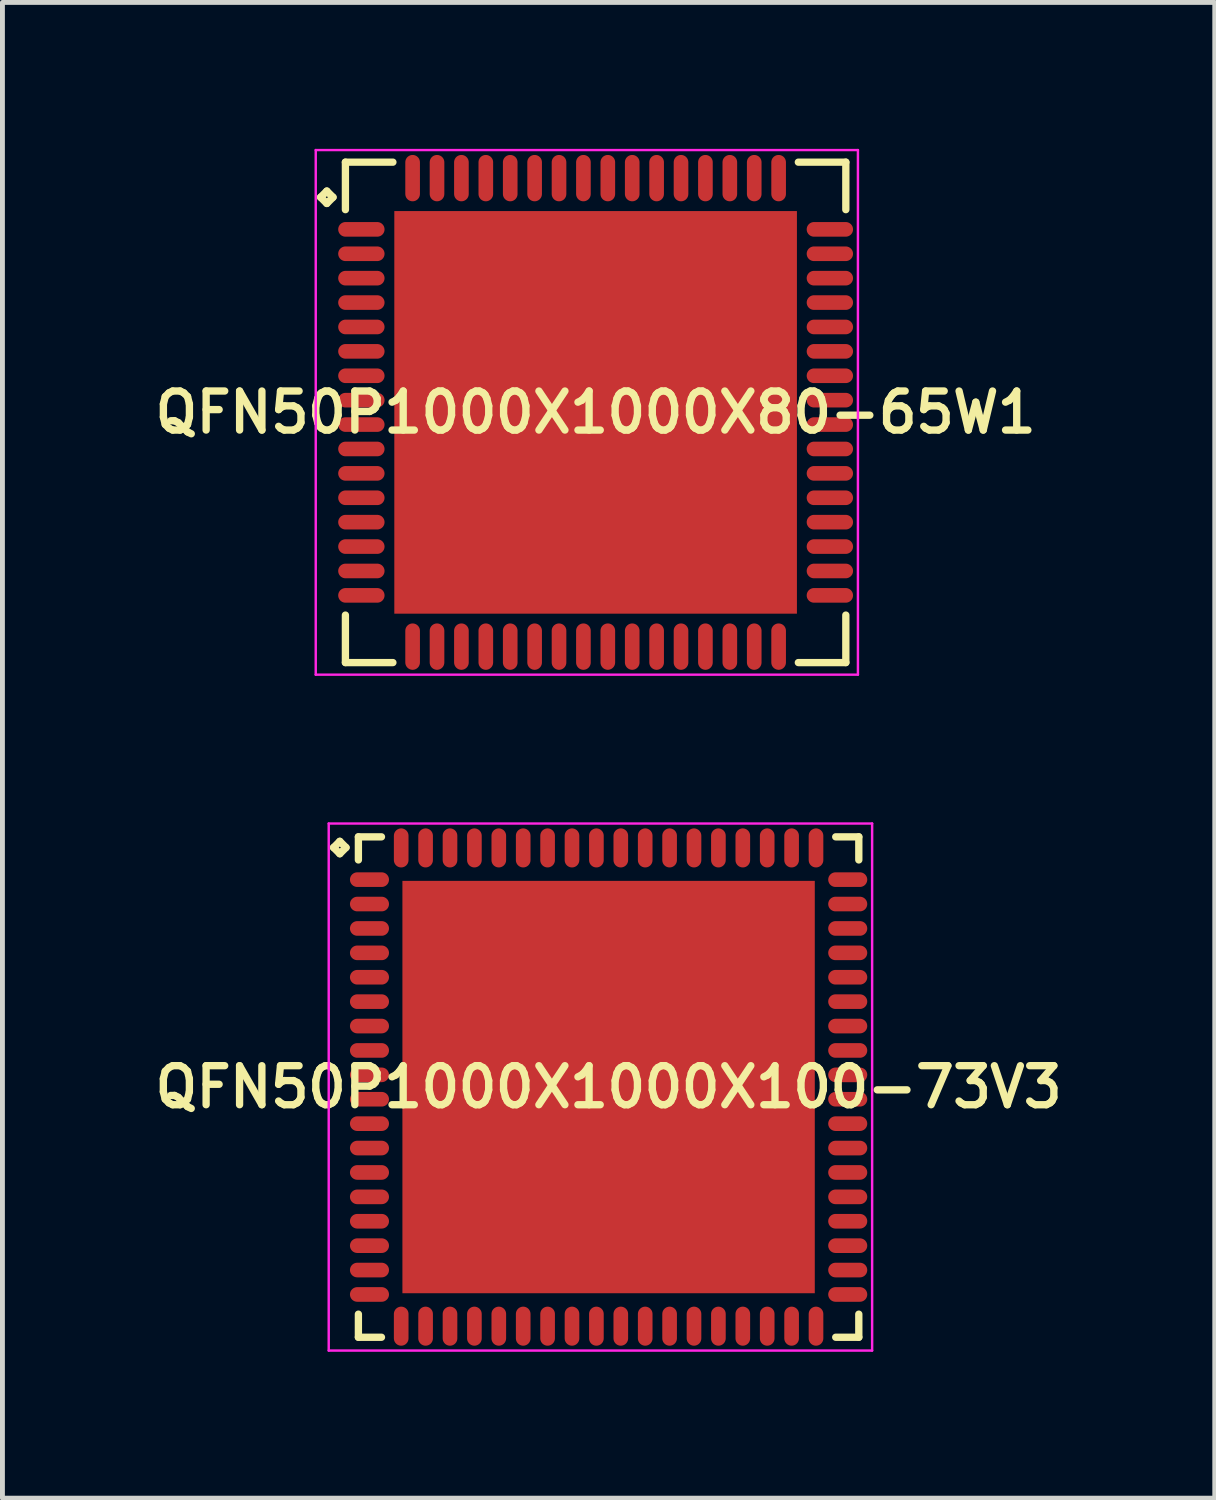
<source format=kicad_pcb>
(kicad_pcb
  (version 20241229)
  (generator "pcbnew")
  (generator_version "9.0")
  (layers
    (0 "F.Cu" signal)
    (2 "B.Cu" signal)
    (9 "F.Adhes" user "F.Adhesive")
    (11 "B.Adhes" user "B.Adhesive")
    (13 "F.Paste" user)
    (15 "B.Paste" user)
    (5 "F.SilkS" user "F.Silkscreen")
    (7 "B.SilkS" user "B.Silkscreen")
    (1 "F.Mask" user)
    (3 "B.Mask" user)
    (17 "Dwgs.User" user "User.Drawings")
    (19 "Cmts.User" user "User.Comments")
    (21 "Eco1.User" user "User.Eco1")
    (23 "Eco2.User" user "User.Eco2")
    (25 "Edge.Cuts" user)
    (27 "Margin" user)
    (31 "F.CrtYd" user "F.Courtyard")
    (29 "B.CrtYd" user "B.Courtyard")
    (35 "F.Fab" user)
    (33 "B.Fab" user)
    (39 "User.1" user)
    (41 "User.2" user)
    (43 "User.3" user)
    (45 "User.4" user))
  (footprint "QFN50P1000X1000X80-65W1"
    (layer "F.Cu")
    (at 9.155 5.4)
    (property "Reference" "QFN50P1000X1000X80-65W1" (at 0 0 0) (layer "F.SilkS") (effects (font (size 0.8 0.8) (thickness 0.15))))
    (attr smd)
    (fp_line (start -5.635 -4.408) (end -5.508 -4.535) (stroke (width 0.15) (type solid)) (layer "F.SilkS"))
    (fp_line (start -5.508 -4.535) (end -5.381 -4.408) (stroke (width 0.15) (type solid)) (layer "F.SilkS"))
    (fp_line (start -5.508 -4.281) (end -5.635 -4.408) (stroke (width 0.15) (type solid)) (layer "F.SilkS"))
    (fp_line (start -5.381 -4.408) (end -5.508 -4.281) (stroke (width 0.15) (type solid)) (layer "F.SilkS"))
    (fp_line (start -5.127 -5.127) (end -4.154 -5.127) (stroke (width 0.15) (type solid)) (layer "F.SilkS"))
    (fp_line (start -5.127 -4.154) (end -5.127 -5.127) (stroke (width 0.15) (type solid)) (layer "F.SilkS"))
    (fp_line (start -5.127 4.154) (end -5.127 5.127) (stroke (width 0.15) (type solid)) (layer "F.SilkS"))
    (fp_line (start -5.127 5.127) (end -4.154 5.127) (stroke (width 0.15) (type solid)) (layer "F.SilkS"))
    (fp_line (start 4.154 -5.127) (end 5.127 -5.127) (stroke (width 0.15) (type solid)) (layer "F.SilkS"))
    (fp_line (start 4.154 5.127) (end 5.127 5.127) (stroke (width 0.15) (type solid)) (layer "F.SilkS"))
    (fp_line (start 5.127 -5.127) (end 5.127 -4.154) (stroke (width 0.15) (type solid)) (layer "F.SilkS"))
    (fp_line (start 5.127 5.127) (end 5.127 4.154) (stroke (width 0.15) (type solid)) (layer "F.SilkS"))
    (fp_line (start -5.735 -5.375) (end 5.375 -5.375) (stroke (width 0.05) (type solid)) (layer "F.CrtYd"))
    (fp_line (start -5.735 5.375) (end -5.735 -5.375) (stroke (width 0.05) (type solid)) (layer "F.CrtYd"))
    (fp_line (start 5.375 -5.375) (end 5.375 5.375) (stroke (width 0.05) (type solid)) (layer "F.CrtYd"))
    (fp_line (start 5.375 5.375) (end -5.735 5.375) (stroke (width 0.05) (type solid)) (layer "F.CrtYd"))
    (pad "1" smd oval (at -4.8 -3.75) (size 0.95 0.3) (layers "F.Cu" "F.Mask" "F.Paste"))
    (pad "2" smd oval (at -4.8 -3.25) (size 0.95 0.3) (layers "F.Cu" "F.Mask" "F.Paste"))
    (pad "3" smd oval (at -4.8 -2.75) (size 0.95 0.3) (layers "F.Cu" "F.Mask" "F.Paste"))
    (pad "4" smd oval (at -4.8 -2.25) (size 0.95 0.3) (layers "F.Cu" "F.Mask" "F.Paste"))
    (pad "5" smd oval (at -4.8 -1.75) (size 0.95 0.3) (layers "F.Cu" "F.Mask" "F.Paste"))
    (pad "6" smd oval (at -4.8 -1.25) (size 0.95 0.3) (layers "F.Cu" "F.Mask" "F.Paste"))
    (pad "7" smd oval (at -4.8 -0.75) (size 0.95 0.3) (layers "F.Cu" "F.Mask" "F.Paste"))
    (pad "8" smd oval (at -4.8 -0.25) (size 0.95 0.3) (layers "F.Cu" "F.Mask" "F.Paste"))
    (pad "9" smd oval (at -4.8 0.25) (size 0.95 0.3) (layers "F.Cu" "F.Mask" "F.Paste"))
    (pad "10" smd oval (at -4.8 0.75) (size 0.95 0.3) (layers "F.Cu" "F.Mask" "F.Paste"))
    (pad "11" smd oval (at -4.8 1.25) (size 0.95 0.3) (layers "F.Cu" "F.Mask" "F.Paste"))
    (pad "12" smd oval (at -4.8 1.75) (size 0.95 0.3) (layers "F.Cu" "F.Mask" "F.Paste"))
    (pad "13" smd oval (at -4.8 2.25) (size 0.95 0.3) (layers "F.Cu" "F.Mask" "F.Paste"))
    (pad "14" smd oval (at -4.8 2.75) (size 0.95 0.3) (layers "F.Cu" "F.Mask" "F.Paste"))
    (pad "15" smd oval (at -4.8 3.25) (size 0.95 0.3) (layers "F.Cu" "F.Mask" "F.Paste"))
    (pad "16" smd oval (at -4.8 3.75) (size 0.95 0.3) (layers "F.Cu" "F.Mask" "F.Paste"))
    (pad "17" smd oval (at -3.75 4.8) (size 0.3 0.95) (layers "F.Cu" "F.Mask" "F.Paste"))
    (pad "18" smd oval (at -3.25 4.8) (size 0.3 0.95) (layers "F.Cu" "F.Mask" "F.Paste"))
    (pad "19" smd oval (at -2.75 4.8) (size 0.3 0.95) (layers "F.Cu" "F.Mask" "F.Paste"))
    (pad "20" smd oval (at -2.25 4.8) (size 0.3 0.95) (layers "F.Cu" "F.Mask" "F.Paste"))
    (pad "21" smd oval (at -1.75 4.8) (size 0.3 0.95) (layers "F.Cu" "F.Mask" "F.Paste"))
    (pad "22" smd oval (at -1.25 4.8) (size 0.3 0.95) (layers "F.Cu" "F.Mask" "F.Paste"))
    (pad "23" smd oval (at -0.75 4.8) (size 0.3 0.95) (layers "F.Cu" "F.Mask" "F.Paste"))
    (pad "24" smd oval (at -0.25 4.8) (size 0.3 0.95) (layers "F.Cu" "F.Mask" "F.Paste"))
    (pad "25" smd oval (at 0.25 4.8) (size 0.3 0.95) (layers "F.Cu" "F.Mask" "F.Paste"))
    (pad "26" smd oval (at 0.75 4.8) (size 0.3 0.95) (layers "F.Cu" "F.Mask" "F.Paste"))
    (pad "27" smd oval (at 1.25 4.8) (size 0.3 0.95) (layers "F.Cu" "F.Mask" "F.Paste"))
    (pad "28" smd oval (at 1.75 4.8) (size 0.3 0.95) (layers "F.Cu" "F.Mask" "F.Paste"))
    (pad "29" smd oval (at 2.25 4.8) (size 0.3 0.95) (layers "F.Cu" "F.Mask" "F.Paste"))
    (pad "30" smd oval (at 2.75 4.8) (size 0.3 0.95) (layers "F.Cu" "F.Mask" "F.Paste"))
    (pad "31" smd oval (at 3.25 4.8) (size 0.3 0.95) (layers "F.Cu" "F.Mask" "F.Paste"))
    (pad "32" smd oval (at 3.75 4.8) (size 0.3 0.95) (layers "F.Cu" "F.Mask" "F.Paste"))
    (pad "33" smd oval (at 4.8 3.75) (size 0.95 0.3) (layers "F.Cu" "F.Mask" "F.Paste"))
    (pad "34" smd oval (at 4.8 3.25) (size 0.95 0.3) (layers "F.Cu" "F.Mask" "F.Paste"))
    (pad "35" smd oval (at 4.8 2.75) (size 0.95 0.3) (layers "F.Cu" "F.Mask" "F.Paste"))
    (pad "36" smd oval (at 4.8 2.25) (size 0.95 0.3) (layers "F.Cu" "F.Mask" "F.Paste"))
    (pad "37" smd oval (at 4.8 1.75) (size 0.95 0.3) (layers "F.Cu" "F.Mask" "F.Paste"))
    (pad "38" smd oval (at 4.8 1.25) (size 0.95 0.3) (layers "F.Cu" "F.Mask" "F.Paste"))
    (pad "39" smd oval (at 4.8 0.75) (size 0.95 0.3) (layers "F.Cu" "F.Mask" "F.Paste"))
    (pad "40" smd oval (at 4.8 0.25) (size 0.95 0.3) (layers "F.Cu" "F.Mask" "F.Paste"))
    (pad "41" smd oval (at 4.8 -0.25) (size 0.95 0.3) (layers "F.Cu" "F.Mask" "F.Paste"))
    (pad "42" smd oval (at 4.8 -0.75) (size 0.95 0.3) (layers "F.Cu" "F.Mask" "F.Paste"))
    (pad "43" smd oval (at 4.8 -1.25) (size 0.95 0.3) (layers "F.Cu" "F.Mask" "F.Paste"))
    (pad "44" smd oval (at 4.8 -1.75) (size 0.95 0.3) (layers "F.Cu" "F.Mask" "F.Paste"))
    (pad "45" smd oval (at 4.8 -2.25) (size 0.95 0.3) (layers "F.Cu" "F.Mask" "F.Paste"))
    (pad "46" smd oval (at 4.8 -2.75) (size 0.95 0.3) (layers "F.Cu" "F.Mask" "F.Paste"))
    (pad "47" smd oval (at 4.8 -3.25) (size 0.95 0.3) (layers "F.Cu" "F.Mask" "F.Paste"))
    (pad "48" smd oval (at 4.8 -3.75) (size 0.95 0.3) (layers "F.Cu" "F.Mask" "F.Paste"))
    (pad "49" smd oval (at 3.75 -4.8) (size 0.3 0.95) (layers "F.Cu" "F.Mask" "F.Paste"))
    (pad "50" smd oval (at 3.25 -4.8) (size 0.3 0.95) (layers "F.Cu" "F.Mask" "F.Paste"))
    (pad "51" smd oval (at 2.75 -4.8) (size 0.3 0.95) (layers "F.Cu" "F.Mask" "F.Paste"))
    (pad "52" smd oval (at 2.25 -4.8) (size 0.3 0.95) (layers "F.Cu" "F.Mask" "F.Paste"))
    (pad "53" smd oval (at 1.75 -4.8) (size 0.3 0.95) (layers "F.Cu" "F.Mask" "F.Paste"))
    (pad "54" smd oval (at 1.25 -4.8) (size 0.3 0.95) (layers "F.Cu" "F.Mask" "F.Paste"))
    (pad "55" smd oval (at 0.75 -4.8) (size 0.3 0.95) (layers "F.Cu" "F.Mask" "F.Paste"))
    (pad "56" smd oval (at 0.25 -4.8) (size 0.3 0.95) (layers "F.Cu" "F.Mask" "F.Paste"))
    (pad "57" smd oval (at -0.25 -4.8) (size 0.3 0.95) (layers "F.Cu" "F.Mask" "F.Paste"))
    (pad "58" smd oval (at -0.75 -4.8) (size 0.3 0.95) (layers "F.Cu" "F.Mask" "F.Paste"))
    (pad "59" smd oval (at -1.25 -4.8) (size 0.3 0.95) (layers "F.Cu" "F.Mask" "F.Paste"))
    (pad "60" smd oval (at -1.75 -4.8) (size 0.3 0.95) (layers "F.Cu" "F.Mask" "F.Paste"))
    (pad "61" smd oval (at -2.25 -4.8) (size 0.3 0.95) (layers "F.Cu" "F.Mask" "F.Paste"))
    (pad "62" smd oval (at -2.75 -4.8) (size 0.3 0.95) (layers "F.Cu" "F.Mask" "F.Paste"))
    (pad "63" smd oval (at -3.25 -4.8) (size 0.3 0.95) (layers "F.Cu" "F.Mask" "F.Paste"))
    (pad "64" smd oval (at -3.75 -4.8) (size 0.3 0.95) (layers "F.Cu" "F.Mask" "F.Paste"))
    (pad "65" smd rect (at 0 0) (size 8.25 8.25) (layers "F.Cu" "F.Mask" "F.Paste")))
  (footprint "QFN50P1000X1000X100-73V3"
    (layer "F.Cu")
    (at 9.421 19.225)
    (property "Reference" "QFN50P1000X1000X100-73V3" (at 0 0 0) (layer "F.SilkS") (effects (font (size 0.8 0.8) (thickness 0.15))))
    (attr smd)
    (fp_line (start -5.635 -4.908) (end -5.508 -5.035) (stroke (width 0.15) (type solid)) (layer "F.SilkS"))
    (fp_line (start -5.508 -5.035) (end -5.381 -4.908) (stroke (width 0.15) (type solid)) (layer "F.SilkS"))
    (fp_line (start -5.508 -4.781) (end -5.635 -4.908) (stroke (width 0.15) (type solid)) (layer "F.SilkS"))
    (fp_line (start -5.381 -4.908) (end -5.508 -4.781) (stroke (width 0.15) (type solid)) (layer "F.SilkS"))
    (fp_line (start -5.127 -5.127) (end -4.654 -5.127) (stroke (width 0.15) (type solid)) (layer "F.SilkS"))
    (fp_line (start -5.127 -4.654) (end -5.127 -5.127) (stroke (width 0.15) (type solid)) (layer "F.SilkS"))
    (fp_line (start -5.127 4.654) (end -5.127 5.127) (stroke (width 0.15) (type solid)) (layer "F.SilkS"))
    (fp_line (start -5.127 5.127) (end -4.654 5.127) (stroke (width 0.15) (type solid)) (layer "F.SilkS"))
    (fp_line (start 4.654 -5.127) (end 5.127 -5.127) (stroke (width 0.15) (type solid)) (layer "F.SilkS"))
    (fp_line (start 4.654 5.127) (end 5.127 5.127) (stroke (width 0.15) (type solid)) (layer "F.SilkS"))
    (fp_line (start 5.127 -5.127) (end 5.127 -4.654) (stroke (width 0.15) (type solid)) (layer "F.SilkS"))
    (fp_line (start 5.127 5.127) (end 5.127 4.654) (stroke (width 0.15) (type solid)) (layer "F.SilkS"))
    (fp_line (start -5.735 -5.4) (end 5.4 -5.4) (stroke (width 0.05) (type solid)) (layer "F.CrtYd"))
    (fp_line (start -5.735 5.4) (end -5.735 -5.4) (stroke (width 0.05) (type solid)) (layer "F.CrtYd"))
    (fp_line (start 5.4 -5.4) (end 5.4 5.4) (stroke (width 0.05) (type solid)) (layer "F.CrtYd"))
    (fp_line (start 5.4 5.4) (end -5.735 5.4) (stroke (width 0.05) (type solid)) (layer "F.CrtYd"))
    (pad "1" smd oval (at -4.9 -4.25) (size 0.8 0.3) (layers "F.Cu" "F.Mask" "F.Paste"))
    (pad "2" smd oval (at -4.9 -3.75) (size 0.8 0.3) (layers "F.Cu" "F.Mask" "F.Paste"))
    (pad "3" smd oval (at -4.9 -3.25) (size 0.8 0.3) (layers "F.Cu" "F.Mask" "F.Paste"))
    (pad "4" smd oval (at -4.9 -2.75) (size 0.8 0.3) (layers "F.Cu" "F.Mask" "F.Paste"))
    (pad "5" smd oval (at -4.9 -2.25) (size 0.8 0.3) (layers "F.Cu" "F.Mask" "F.Paste"))
    (pad "6" smd oval (at -4.9 -1.75) (size 0.8 0.3) (layers "F.Cu" "F.Mask" "F.Paste"))
    (pad "7" smd oval (at -4.9 -1.25) (size 0.8 0.3) (layers "F.Cu" "F.Mask" "F.Paste"))
    (pad "8" smd oval (at -4.9 -0.75) (size 0.8 0.3) (layers "F.Cu" "F.Mask" "F.Paste"))
    (pad "9" smd oval (at -4.9 -0.25) (size 0.8 0.3) (layers "F.Cu" "F.Mask" "F.Paste"))
    (pad "10" smd oval (at -4.9 0.25) (size 0.8 0.3) (layers "F.Cu" "F.Mask" "F.Paste"))
    (pad "11" smd oval (at -4.9 0.75) (size 0.8 0.3) (layers "F.Cu" "F.Mask" "F.Paste"))
    (pad "12" smd oval (at -4.9 1.25) (size 0.8 0.3) (layers "F.Cu" "F.Mask" "F.Paste"))
    (pad "13" smd oval (at -4.9 1.75) (size 0.8 0.3) (layers "F.Cu" "F.Mask" "F.Paste"))
    (pad "14" smd oval (at -4.9 2.25) (size 0.8 0.3) (layers "F.Cu" "F.Mask" "F.Paste"))
    (pad "15" smd oval (at -4.9 2.75) (size 0.8 0.3) (layers "F.Cu" "F.Mask" "F.Paste"))
    (pad "16" smd oval (at -4.9 3.25) (size 0.8 0.3) (layers "F.Cu" "F.Mask" "F.Paste"))
    (pad "17" smd oval (at -4.9 3.75) (size 0.8 0.3) (layers "F.Cu" "F.Mask" "F.Paste"))
    (pad "18" smd oval (at -4.9 4.25) (size 0.8 0.3) (layers "F.Cu" "F.Mask" "F.Paste"))
    (pad "19" smd oval (at -4.25 4.9) (size 0.3 0.8) (layers "F.Cu" "F.Mask" "F.Paste"))
    (pad "20" smd oval (at -3.75 4.9) (size 0.3 0.8) (layers "F.Cu" "F.Mask" "F.Paste"))
    (pad "21" smd oval (at -3.25 4.9) (size 0.3 0.8) (layers "F.Cu" "F.Mask" "F.Paste"))
    (pad "22" smd oval (at -2.75 4.9) (size 0.3 0.8) (layers "F.Cu" "F.Mask" "F.Paste"))
    (pad "23" smd oval (at -2.25 4.9) (size 0.3 0.8) (layers "F.Cu" "F.Mask" "F.Paste"))
    (pad "24" smd oval (at -1.75 4.9) (size 0.3 0.8) (layers "F.Cu" "F.Mask" "F.Paste"))
    (pad "25" smd oval (at -1.25 4.9) (size 0.3 0.8) (layers "F.Cu" "F.Mask" "F.Paste"))
    (pad "26" smd oval (at -0.75 4.9) (size 0.3 0.8) (layers "F.Cu" "F.Mask" "F.Paste"))
    (pad "27" smd oval (at -0.25 4.9) (size 0.3 0.8) (layers "F.Cu" "F.Mask" "F.Paste"))
    (pad "28" smd oval (at 0.25 4.9) (size 0.3 0.8) (layers "F.Cu" "F.Mask" "F.Paste"))
    (pad "29" smd oval (at 0.75 4.9) (size 0.3 0.8) (layers "F.Cu" "F.Mask" "F.Paste"))
    (pad "30" smd oval (at 1.25 4.9) (size 0.3 0.8) (layers "F.Cu" "F.Mask" "F.Paste"))
    (pad "31" smd oval (at 1.75 4.9) (size 0.3 0.8) (layers "F.Cu" "F.Mask" "F.Paste"))
    (pad "32" smd oval (at 2.25 4.9) (size 0.3 0.8) (layers "F.Cu" "F.Mask" "F.Paste"))
    (pad "33" smd oval (at 2.75 4.9) (size 0.3 0.8) (layers "F.Cu" "F.Mask" "F.Paste"))
    (pad "34" smd oval (at 3.25 4.9) (size 0.3 0.8) (layers "F.Cu" "F.Mask" "F.Paste"))
    (pad "35" smd oval (at 3.75 4.9) (size 0.3 0.8) (layers "F.Cu" "F.Mask" "F.Paste"))
    (pad "36" smd oval (at 4.25 4.9) (size 0.3 0.8) (layers "F.Cu" "F.Mask" "F.Paste"))
    (pad "37" smd oval (at 4.9 4.25) (size 0.8 0.3) (layers "F.Cu" "F.Mask" "F.Paste"))
    (pad "38" smd oval (at 4.9 3.75) (size 0.8 0.3) (layers "F.Cu" "F.Mask" "F.Paste"))
    (pad "39" smd oval (at 4.9 3.25) (size 0.8 0.3) (layers "F.Cu" "F.Mask" "F.Paste"))
    (pad "40" smd oval (at 4.9 2.75) (size 0.8 0.3) (layers "F.Cu" "F.Mask" "F.Paste"))
    (pad "41" smd oval (at 4.9 2.25) (size 0.8 0.3) (layers "F.Cu" "F.Mask" "F.Paste"))
    (pad "42" smd oval (at 4.9 1.75) (size 0.8 0.3) (layers "F.Cu" "F.Mask" "F.Paste"))
    (pad "43" smd oval (at 4.9 1.25) (size 0.8 0.3) (layers "F.Cu" "F.Mask" "F.Paste"))
    (pad "44" smd oval (at 4.9 0.75) (size 0.8 0.3) (layers "F.Cu" "F.Mask" "F.Paste"))
    (pad "45" smd oval (at 4.9 0.25) (size 0.8 0.3) (layers "F.Cu" "F.Mask" "F.Paste"))
    (pad "46" smd oval (at 4.9 -0.25) (size 0.8 0.3) (layers "F.Cu" "F.Mask" "F.Paste"))
    (pad "47" smd oval (at 4.9 -0.75) (size 0.8 0.3) (layers "F.Cu" "F.Mask" "F.Paste"))
    (pad "48" smd oval (at 4.9 -1.25) (size 0.8 0.3) (layers "F.Cu" "F.Mask" "F.Paste"))
    (pad "49" smd oval (at 4.9 -1.75) (size 0.8 0.3) (layers "F.Cu" "F.Mask" "F.Paste"))
    (pad "50" smd oval (at 4.9 -2.25) (size 0.8 0.3) (layers "F.Cu" "F.Mask" "F.Paste"))
    (pad "51" smd oval (at 4.9 -2.75) (size 0.8 0.3) (layers "F.Cu" "F.Mask" "F.Paste"))
    (pad "52" smd oval (at 4.9 -3.25) (size 0.8 0.3) (layers "F.Cu" "F.Mask" "F.Paste"))
    (pad "53" smd oval (at 4.9 -3.75) (size 0.8 0.3) (layers "F.Cu" "F.Mask" "F.Paste"))
    (pad "54" smd oval (at 4.9 -4.25) (size 0.8 0.3) (layers "F.Cu" "F.Mask" "F.Paste"))
    (pad "55" smd oval (at 4.25 -4.9) (size 0.3 0.8) (layers "F.Cu" "F.Mask" "F.Paste"))
    (pad "56" smd oval (at 3.75 -4.9) (size 0.3 0.8) (layers "F.Cu" "F.Mask" "F.Paste"))
    (pad "57" smd oval (at 3.25 -4.9) (size 0.3 0.8) (layers "F.Cu" "F.Mask" "F.Paste"))
    (pad "58" smd oval (at 2.75 -4.9) (size 0.3 0.8) (layers "F.Cu" "F.Mask" "F.Paste"))
    (pad "59" smd oval (at 2.25 -4.9) (size 0.3 0.8) (layers "F.Cu" "F.Mask" "F.Paste"))
    (pad "60" smd oval (at 1.75 -4.9) (size 0.3 0.8) (layers "F.Cu" "F.Mask" "F.Paste"))
    (pad "61" smd oval (at 1.25 -4.9) (size 0.3 0.8) (layers "F.Cu" "F.Mask" "F.Paste"))
    (pad "62" smd oval (at 0.75 -4.9) (size 0.3 0.8) (layers "F.Cu" "F.Mask" "F.Paste"))
    (pad "63" smd oval (at 0.25 -4.9) (size 0.3 0.8) (layers "F.Cu" "F.Mask" "F.Paste"))
    (pad "64" smd oval (at -0.25 -4.9) (size 0.3 0.8) (layers "F.Cu" "F.Mask" "F.Paste"))
    (pad "65" smd oval (at -0.75 -4.9) (size 0.3 0.8) (layers "F.Cu" "F.Mask" "F.Paste"))
    (pad "66" smd oval (at -1.25 -4.9) (size 0.3 0.8) (layers "F.Cu" "F.Mask" "F.Paste"))
    (pad "67" smd oval (at -1.75 -4.9) (size 0.3 0.8) (layers "F.Cu" "F.Mask" "F.Paste"))
    (pad "68" smd oval (at -2.25 -4.9) (size 0.3 0.8) (layers "F.Cu" "F.Mask" "F.Paste"))
    (pad "69" smd oval (at -2.75 -4.9) (size 0.3 0.8) (layers "F.Cu" "F.Mask" "F.Paste"))
    (pad "70" smd oval (at -3.25 -4.9) (size 0.3 0.8) (layers "F.Cu" "F.Mask" "F.Paste"))
    (pad "71" smd oval (at -3.75 -4.9) (size 0.3 0.8) (layers "F.Cu" "F.Mask" "F.Paste"))
    (pad "72" smd oval (at -4.25 -4.9) (size 0.3 0.8) (layers "F.Cu" "F.Mask" "F.Paste"))
    (pad "73" smd rect (at 0 0) (size 8.45 8.45) (layers "F.Cu" "F.Mask" "F.Paste")))
  (gr_rect
    (start -3 -3)
    (end 21.842 27.65)
    (stroke (width 0.1) (type default))
    (fill no)
    (layer "Edge.Cuts")))
</source>
